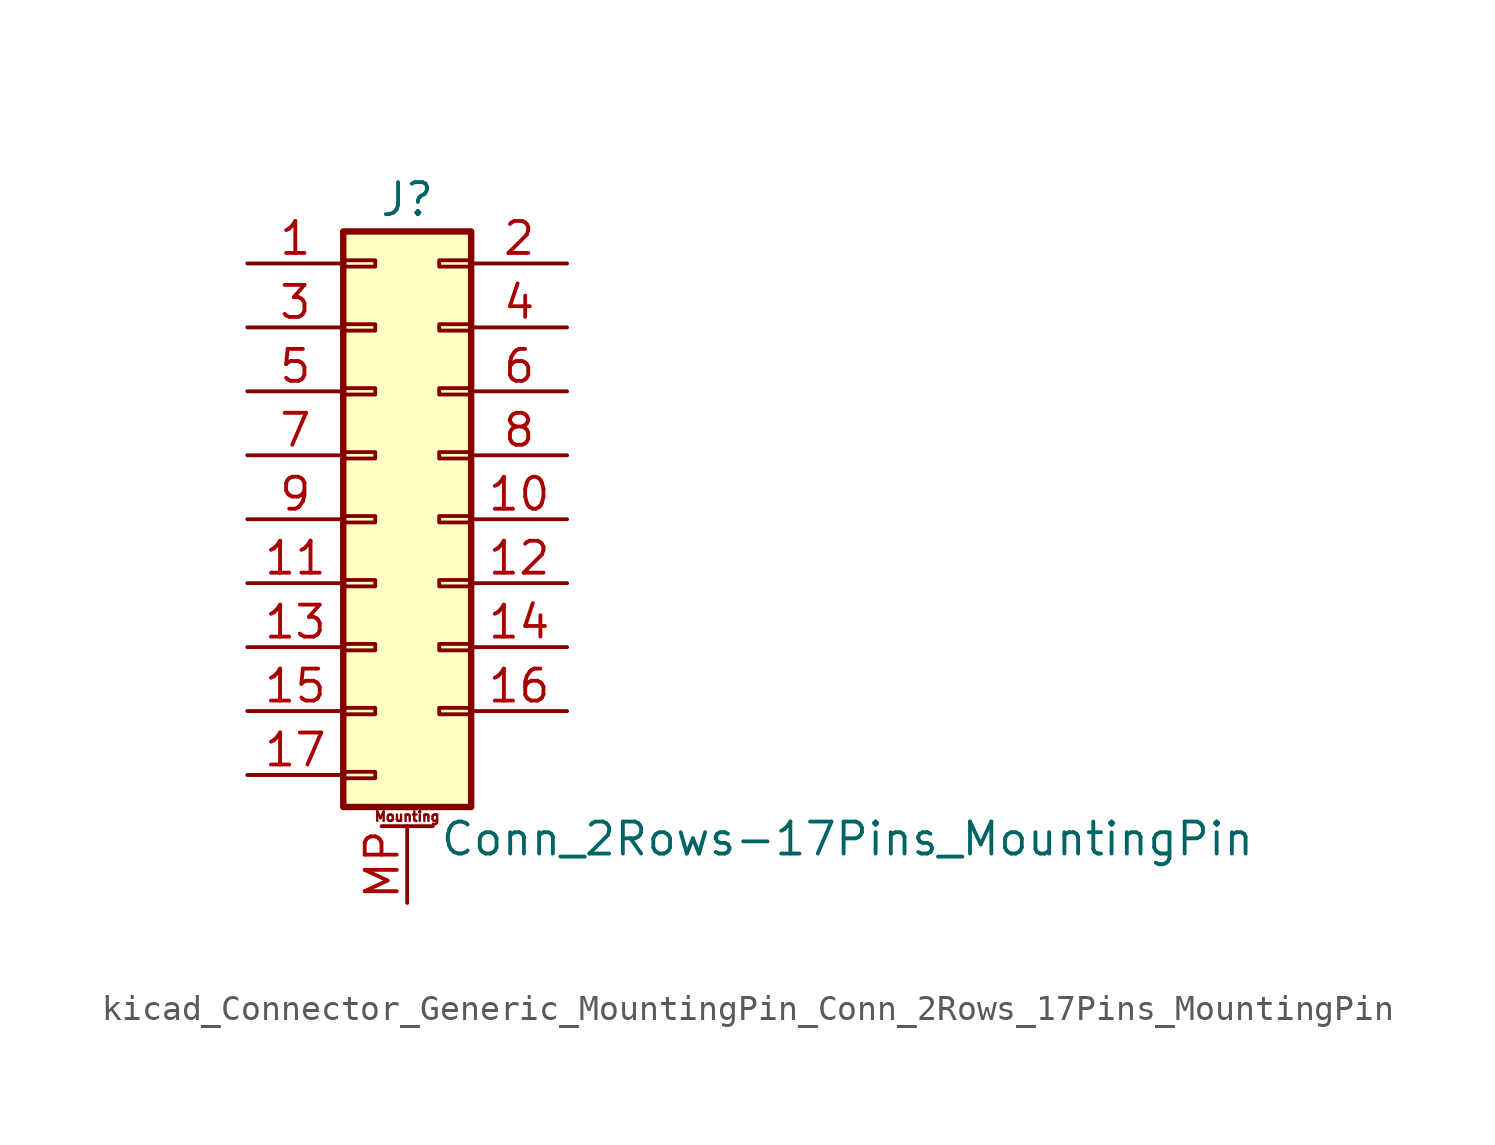
<source format=kicad_sym>
(kicad_symbol_lib
  (version 20220914)
  (generator kicad_symbol_editor)
  (symbol "kicad_Connector_Generic_MountingPin_Conn_2Rows_17Pins_MountingPin"
    (pin_names
      (offset 1.016) hide)
    (property "Reference" "J"
      (at 1.27 12.7 0)
      (effects (font (size 1.27 1.27))))
    (property "Value" "Conn_2Rows-17Pins_MountingPin"
      (at 2.54 -12.7 0)
      (effects (font (size 1.27 1.27)) (justify left)))
    (symbol "kicad_Connector_Generic_MountingPin_Conn_2Rows_17Pins_MountingPin_1_1"
      (rectangle (start -1.27 -10.033) (end 0 -10.287) (stroke (width 0.152) (type default)) (fill (type none)))
      (rectangle (start -1.27 -7.493) (end 0 -7.747) (stroke (width 0.152) (type default)) (fill (type none)))
      (rectangle (start -1.27 -4.953) (end 0 -5.207) (stroke (width 0.152) (type default)) (fill (type none)))
      (rectangle (start -1.27 -2.413) (end 0 -2.667) (stroke (width 0.152) (type default)) (fill (type none)))
      (rectangle (start -1.27 0.127) (end 0 -0.127) (stroke (width 0.152) (type default)) (fill (type none)))
      (rectangle (start -1.27 2.667) (end 0 2.413) (stroke (width 0.152) (type default)) (fill (type none)))
      (rectangle (start -1.27 5.207) (end 0 4.953) (stroke (width 0.152) (type default)) (fill (type none)))
      (rectangle (start -1.27 7.747) (end 0 7.493) (stroke (width 0.152) (type default)) (fill (type none)))
      (rectangle (start -1.27 10.287) (end 0 10.033) (stroke (width 0.152) (type default)) (fill (type none)))
      (rectangle (start -1.27 11.43) (end 3.81 -11.43) (stroke (width 0.254) (type default)) (fill (type background)))
      (polyline (pts (xy 0.254 -12.192) (xy 2.286 -12.192)) (stroke (width 0.152) (type default)) (fill (type none)))
      (rectangle (start 3.81 -7.493) (end 2.54 -7.747) (stroke (width 0.152) (type default)) (fill (type none)))
      (rectangle (start 3.81 -4.953) (end 2.54 -5.207) (stroke (width 0.152) (type default)) (fill (type none)))
      (rectangle (start 3.81 -2.413) (end 2.54 -2.667) (stroke (width 0.152) (type default)) (fill (type none)))
      (rectangle (start 3.81 0.127) (end 2.54 -0.127) (stroke (width 0.152) (type default)) (fill (type none)))
      (rectangle (start 3.81 2.667) (end 2.54 2.413) (stroke (width 0.152) (type default)) (fill (type none)))
      (rectangle (start 3.81 5.207) (end 2.54 4.953) (stroke (width 0.152) (type default)) (fill (type none)))
      (rectangle (start 3.81 7.747) (end 2.54 7.493) (stroke (width 0.152) (type default)) (fill (type none)))
      (rectangle (start 3.81 10.287) (end 2.54 10.033) (stroke (width 0.152) (type default)) (fill (type none)))
      (text "Mounting" (at 1.27 -11.811 0) (effects (font (size 0.381 0.381))))
      (pin passive line (at -5.08 10.16 0) (length 3.81) (name "Pin_1" (effects (font (size 1.27 1.27)))) (number "1" (effects (font (size 1.27 1.27)))))
      (pin passive line (at 7.62 0 180) (length 3.81) (name "Pin_10" (effects (font (size 1.27 1.27)))) (number "10" (effects (font (size 1.27 1.27)))))
      (pin passive line (at -5.08 -2.54 0) (length 3.81) (name "Pin_11" (effects (font (size 1.27 1.27)))) (number "11" (effects (font (size 1.27 1.27)))))
      (pin passive line (at 7.62 -2.54 180) (length 3.81) (name "Pin_12" (effects (font (size 1.27 1.27)))) (number "12" (effects (font (size 1.27 1.27)))))
      (pin passive line (at -5.08 -5.08 0) (length 3.81) (name "Pin_13" (effects (font (size 1.27 1.27)))) (number "13" (effects (font (size 1.27 1.27)))))
      (pin passive line (at 7.62 -5.08 180) (length 3.81) (name "Pin_14" (effects (font (size 1.27 1.27)))) (number "14" (effects (font (size 1.27 1.27)))))
      (pin passive line (at -5.08 -7.62 0) (length 3.81) (name "Pin_15" (effects (font (size 1.27 1.27)))) (number "15" (effects (font (size 1.27 1.27)))))
      (pin passive line (at 7.62 -7.62 180) (length 3.81) (name "Pin_16" (effects (font (size 1.27 1.27)))) (number "16" (effects (font (size 1.27 1.27)))))
      (pin passive line (at -5.08 -10.16 0) (length 3.81) (name "Pin_17" (effects (font (size 1.27 1.27)))) (number "17" (effects (font (size 1.27 1.27)))))
      (pin passive line (at 7.62 10.16 180) (length 3.81) (name "Pin_2" (effects (font (size 1.27 1.27)))) (number "2" (effects (font (size 1.27 1.27)))))
      (pin passive line (at -5.08 7.62 0) (length 3.81) (name "Pin_3" (effects (font (size 1.27 1.27)))) (number "3" (effects (font (size 1.27 1.27)))))
      (pin passive line (at 7.62 7.62 180) (length 3.81) (name "Pin_4" (effects (font (size 1.27 1.27)))) (number "4" (effects (font (size 1.27 1.27)))))
      (pin passive line (at -5.08 5.08 0) (length 3.81) (name "Pin_5" (effects (font (size 1.27 1.27)))) (number "5" (effects (font (size 1.27 1.27)))))
      (pin passive line (at 7.62 5.08 180) (length 3.81) (name "Pin_6" (effects (font (size 1.27 1.27)))) (number "6" (effects (font (size 1.27 1.27)))))
      (pin passive line (at -5.08 2.54 0) (length 3.81) (name "Pin_7" (effects (font (size 1.27 1.27)))) (number "7" (effects (font (size 1.27 1.27)))))
      (pin passive line (at 7.62 2.54 180) (length 3.81) (name "Pin_8" (effects (font (size 1.27 1.27)))) (number "8" (effects (font (size 1.27 1.27)))))
      (pin passive line (at -5.08 0 0) (length 3.81) (name "Pin_9" (effects (font (size 1.27 1.27)))) (number "9" (effects (font (size 1.27 1.27)))))
      (pin passive line (at 1.27 -15.24 90) (length 3.048) (name "MountPin" (effects (font (size 1.27 1.27)))) (number "MP" (effects (font (size 1.27 1.27))))))))
</source>
